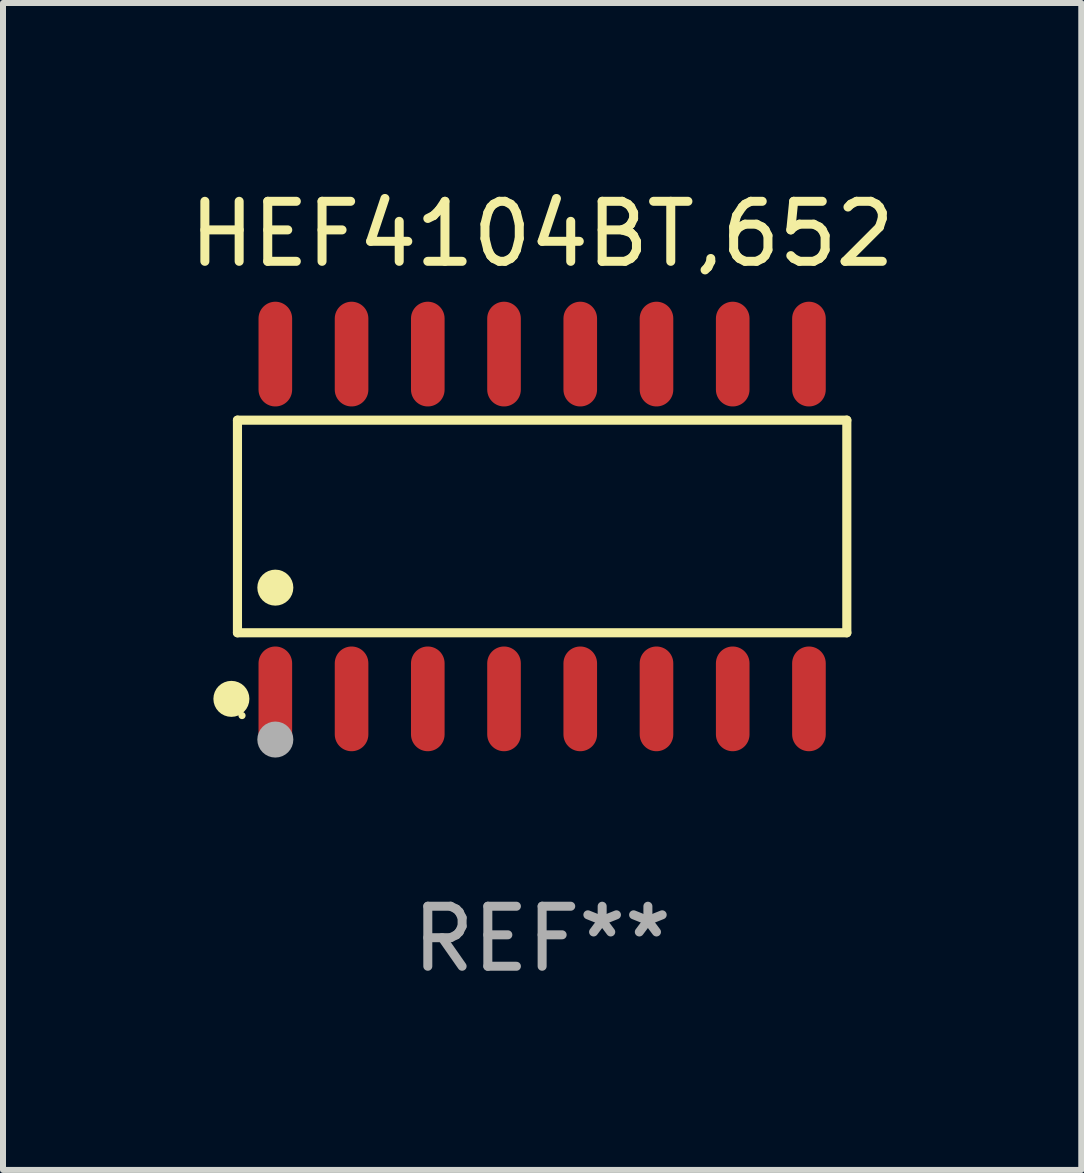
<source format=kicad_pcb>
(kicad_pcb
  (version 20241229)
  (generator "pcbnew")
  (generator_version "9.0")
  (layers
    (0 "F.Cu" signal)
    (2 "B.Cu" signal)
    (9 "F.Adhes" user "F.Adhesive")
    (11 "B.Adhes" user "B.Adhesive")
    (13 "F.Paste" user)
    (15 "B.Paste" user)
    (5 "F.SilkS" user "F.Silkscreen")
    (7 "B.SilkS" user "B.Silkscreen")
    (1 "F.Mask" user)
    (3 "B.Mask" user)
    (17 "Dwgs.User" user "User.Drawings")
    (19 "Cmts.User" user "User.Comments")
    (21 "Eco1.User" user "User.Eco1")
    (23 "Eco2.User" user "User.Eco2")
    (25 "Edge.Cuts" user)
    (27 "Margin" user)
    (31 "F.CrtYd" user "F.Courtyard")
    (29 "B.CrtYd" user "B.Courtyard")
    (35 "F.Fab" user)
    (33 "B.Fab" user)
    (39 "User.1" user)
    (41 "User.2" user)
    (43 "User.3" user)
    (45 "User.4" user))
  (footprint "HEF4104BT,652"
    (layer "F.Cu")
    (at 5.982 5.721)
    (property "Reference" "HEF4104BT,652" (at 0 -4.872 0) (layer "F.SilkS") (effects (font (size 1 1) (thickness 0.15))))
    (attr through_hole)
    (fp_line (start -5.076 -1.771) (end 5.076 -1.771) (stroke (width 0.152) (type solid)) (layer "F.SilkS"))
    (fp_line (start -5.076 1.771) (end -5.076 -1.771) (stroke (width 0.152) (type solid)) (layer "F.SilkS"))
    (fp_line (start 5.076 -1.771) (end 5.076 1.771) (stroke (width 0.152) (type solid)) (layer "F.SilkS"))
    (fp_line (start 5.076 1.771) (end -5.076 1.771) (stroke (width 0.152) (type solid)) (layer "F.SilkS"))
    (fp_circle (center -5.177 2.872) (end -5.027 2.872) (stroke (width 0.3) (type solid)) (fill no) (layer "F.SilkS"))
    (fp_circle (center -5 3.15) (end -4.97 3.15) (stroke (width 0.06) (type solid)) (fill no) (layer "F.SilkS"))
    (fp_circle (center -4.445 1.019) (end -4.295 1.019) (stroke (width 0.3) (type solid)) (fill no) (layer "F.SilkS"))
    (fp_circle (center -4.445 3.55) (end -4.295 3.55) (stroke (width 0.3) (type solid)) (fill no) (layer "F.Fab"))
    (fp_text user "REF**" (at 0 6.872 0) (layer "F.Fab") (effects (font (size 1 1) (thickness 0.15))))
    (pad "1" smd oval (at -4.445 2.872) (size 0.56 1.745) (layers "F.Cu" "F.Mask" "F.Paste"))
    (pad "2" smd oval (at -3.175 2.872) (size 0.56 1.745) (layers "F.Cu" "F.Mask" "F.Paste"))
    (pad "3" smd oval (at -1.905 2.872) (size 0.56 1.745) (layers "F.Cu" "F.Mask" "F.Paste"))
    (pad "4" smd oval (at -0.635 2.872) (size 0.56 1.745) (layers "F.Cu" "F.Mask" "F.Paste"))
    (pad "5" smd oval (at 0.635 2.872) (size 0.56 1.745) (layers "F.Cu" "F.Mask" "F.Paste"))
    (pad "6" smd oval (at 1.905 2.872) (size 0.56 1.745) (layers "F.Cu" "F.Mask" "F.Paste"))
    (pad "7" smd oval (at 3.175 2.872) (size 0.56 1.745) (layers "F.Cu" "F.Mask" "F.Paste"))
    (pad "8" smd oval (at 4.445 2.872) (size 0.56 1.745) (layers "F.Cu" "F.Mask" "F.Paste"))
    (pad "9" smd oval (at 4.445 -2.872) (size 0.56 1.745) (layers "F.Cu" "F.Mask" "F.Paste"))
    (pad "10" smd oval (at 3.175 -2.872) (size 0.56 1.745) (layers "F.Cu" "F.Mask" "F.Paste"))
    (pad "11" smd oval (at 1.905 -2.872) (size 0.56 1.745) (layers "F.Cu" "F.Mask" "F.Paste"))
    (pad "12" smd oval (at 0.635 -2.872) (size 0.56 1.745) (layers "F.Cu" "F.Mask" "F.Paste"))
    (pad "13" smd oval (at -0.635 -2.872) (size 0.56 1.745) (layers "F.Cu" "F.Mask" "F.Paste"))
    (pad "14" smd oval (at -1.905 -2.872) (size 0.56 1.745) (layers "F.Cu" "F.Mask" "F.Paste"))
    (pad "15" smd oval (at -3.175 -2.872) (size 0.56 1.745) (layers "F.Cu" "F.Mask" "F.Paste"))
    (pad "16" smd oval (at -4.445 -2.872) (size 0.56 1.745) (layers "F.Cu" "F.Mask" "F.Paste")))
  (gr_rect
    (start -3 -3)
    (end 14.964 16.441)
    (stroke (width 0.1) (type default))
    (fill no)
    (layer "Edge.Cuts")))
</source>
